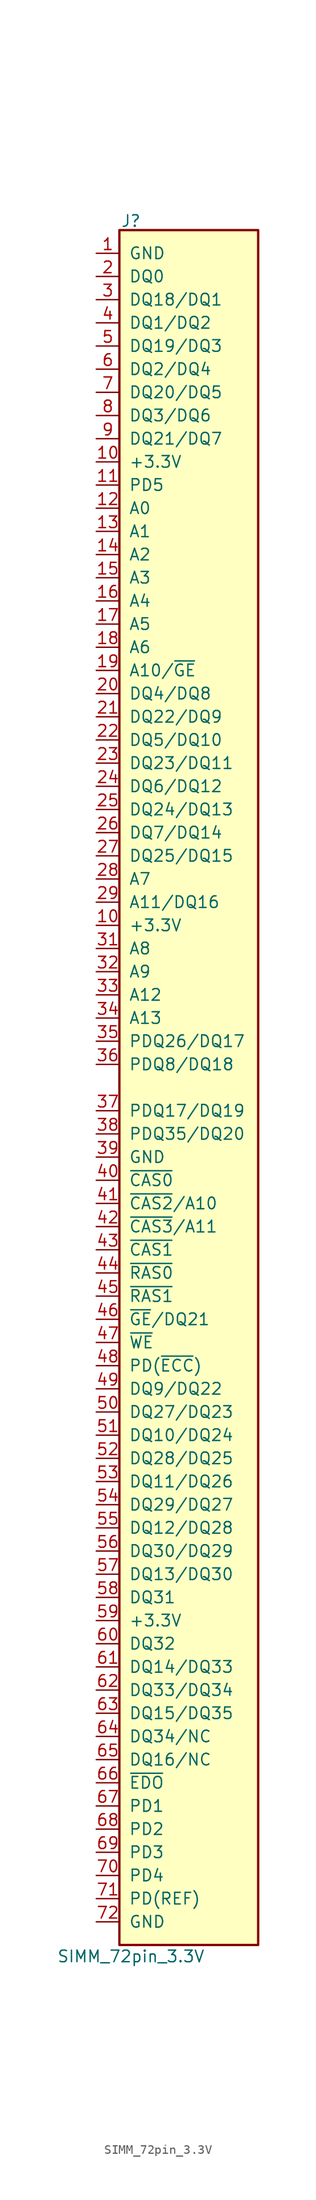
<source format=kicad_sym>
(kicad_symbol_lib
  (version 20231120)
  (generator "kicad_symbol_editor")
  (generator_version "8.0")
  (symbol "SIMM_72pin_3.3V"
    (pin_names
      (offset 1.016))
    (property "Reference" "J"
      (at 0 94.234 0)
      (effects (font (size 1.27 1.27)) (justify bottom)))
    (property "Value" "SIMM_72pin_3.3V"
      (at 0 -94.488 0)
      (effects (font (size 1.27 1.27)) (justify top)))
    (symbol "SIMM_72pin_3.3V_1_1"
      (rectangle (start -1.27 93.98) (end 13.97 -93.98) (stroke (width 0.254) (type default)) (fill (type background)))
      (pin power_in line (at -3.81 91.44 0) (length 2.54) (name "GND" (effects (font (size 1.27 1.27)))) (number "1" (effects (font (size 1.27 1.27)))))
      (pin power_in line (at -3.81 17.78 0) (length 2.54) (name "+3.3V" (effects (font (size 1.27 1.27)))) (number "10" (effects (font (size 1.27 1.27)))))
      (pin power_in line (at -3.81 68.58 0) (length 2.54) (name "+3.3V" (effects (font (size 1.27 1.27)))) (number "10" (effects (font (size 1.27 1.27)))))
      (pin passive line (at -3.81 66.04 0) (length 2.54) (name "PD5" (effects (font (size 1.27 1.27)))) (number "11" (effects (font (size 1.27 1.27)))))
      (pin input line (at -3.81 63.5 0) (length 2.54) (name "A0" (effects (font (size 1.27 1.27)))) (number "12" (effects (font (size 1.27 1.27)))))
      (pin input line (at -3.81 60.96 0) (length 2.54) (name "A1" (effects (font (size 1.27 1.27)))) (number "13" (effects (font (size 1.27 1.27)))))
      (pin input line (at -3.81 58.42 0) (length 2.54) (name "A2" (effects (font (size 1.27 1.27)))) (number "14" (effects (font (size 1.27 1.27)))))
      (pin input line (at -3.81 55.88 0) (length 2.54) (name "A3" (effects (font (size 1.27 1.27)))) (number "15" (effects (font (size 1.27 1.27)))))
      (pin input line (at -3.81 53.34 0) (length 2.54) (name "A4" (effects (font (size 1.27 1.27)))) (number "16" (effects (font (size 1.27 1.27)))))
      (pin input line (at -3.81 50.8 0) (length 2.54) (name "A5" (effects (font (size 1.27 1.27)))) (number "17" (effects (font (size 1.27 1.27)))))
      (pin input line (at -3.81 48.26 0) (length 2.54) (name "A6" (effects (font (size 1.27 1.27)))) (number "18" (effects (font (size 1.27 1.27)))))
      (pin input line (at -3.81 45.72 0) (length 2.54) (name "A10/~{GE}" (effects (font (size 1.27 1.27)))) (number "19" (effects (font (size 1.27 1.27)))))
      (pin bidirectional line (at -3.81 88.9 0) (length 2.54) (name "DQ0" (effects (font (size 1.27 1.27)))) (number "2" (effects (font (size 1.27 1.27)))))
      (pin bidirectional line (at -3.81 43.18 0) (length 2.54) (name "DQ4/DQ8" (effects (font (size 1.27 1.27)))) (number "20" (effects (font (size 1.27 1.27)))))
      (pin bidirectional line (at -3.81 40.64 0) (length 2.54) (name "DQ22/DQ9" (effects (font (size 1.27 1.27)))) (number "21" (effects (font (size 1.27 1.27)))))
      (pin bidirectional line (at -3.81 38.1 0) (length 2.54) (name "DQ5/DQ10" (effects (font (size 1.27 1.27)))) (number "22" (effects (font (size 1.27 1.27)))))
      (pin bidirectional line (at -3.81 35.56 0) (length 2.54) (name "DQ23/DQ11" (effects (font (size 1.27 1.27)))) (number "23" (effects (font (size 1.27 1.27)))))
      (pin bidirectional line (at -3.81 33.02 0) (length 2.54) (name "DQ6/DQ12" (effects (font (size 1.27 1.27)))) (number "24" (effects (font (size 1.27 1.27)))))
      (pin bidirectional line (at -3.81 30.48 0) (length 2.54) (name "DQ24/DQ13" (effects (font (size 1.27 1.27)))) (number "25" (effects (font (size 1.27 1.27)))))
      (pin bidirectional line (at -3.81 27.94 0) (length 2.54) (name "DQ7/DQ14" (effects (font (size 1.27 1.27)))) (number "26" (effects (font (size 1.27 1.27)))))
      (pin bidirectional line (at -3.81 25.4 0) (length 2.54) (name "DQ25/DQ15" (effects (font (size 1.27 1.27)))) (number "27" (effects (font (size 1.27 1.27)))))
      (pin input line (at -3.81 22.86 0) (length 2.54) (name "A7" (effects (font (size 1.27 1.27)))) (number "28" (effects (font (size 1.27 1.27)))))
      (pin bidirectional line (at -3.81 20.32 0) (length 2.54) (name "A11/DQ16" (effects (font (size 1.27 1.27)))) (number "29" (effects (font (size 1.27 1.27)))))
      (pin bidirectional line (at -3.81 86.36 0) (length 2.54) (name "DQ18/DQ1" (effects (font (size 1.27 1.27)))) (number "3" (effects (font (size 1.27 1.27)))))
      (pin input line (at -3.81 15.24 0) (length 2.54) (name "A8" (effects (font (size 1.27 1.27)))) (number "31" (effects (font (size 1.27 1.27)))))
      (pin input line (at -3.81 12.7 0) (length 2.54) (name "A9" (effects (font (size 1.27 1.27)))) (number "32" (effects (font (size 1.27 1.27)))))
      (pin input line (at -3.81 10.16 0) (length 2.54) (name "A12" (effects (font (size 1.27 1.27)))) (number "33" (effects (font (size 1.27 1.27)))))
      (pin input line (at -3.81 7.62 0) (length 2.54) (name "A13" (effects (font (size 1.27 1.27)))) (number "34" (effects (font (size 1.27 1.27)))))
      (pin bidirectional line (at -3.81 5.08 0) (length 2.54) (name "PDQ26/DQ17" (effects (font (size 1.27 1.27)))) (number "35" (effects (font (size 1.27 1.27)))))
      (pin bidirectional line (at -3.81 2.54 0) (length 2.54) (name "PDQ8/DQ18" (effects (font (size 1.27 1.27)))) (number "36" (effects (font (size 1.27 1.27)))))
      (pin bidirectional line (at -3.81 -2.54 0) (length 2.54) (name "PDQ17/DQ19" (effects (font (size 1.27 1.27)))) (number "37" (effects (font (size 1.27 1.27)))))
      (pin bidirectional line (at -3.81 -5.08 0) (length 2.54) (name "PDQ35/DQ20" (effects (font (size 1.27 1.27)))) (number "38" (effects (font (size 1.27 1.27)))))
      (pin power_in line (at -3.81 -7.62 0) (length 2.54) (name "GND" (effects (font (size 1.27 1.27)))) (number "39" (effects (font (size 1.27 1.27)))))
      (pin bidirectional line (at -3.81 83.82 0) (length 2.54) (name "DQ1/DQ2" (effects (font (size 1.27 1.27)))) (number "4" (effects (font (size 1.27 1.27)))))
      (pin input line (at -3.81 -10.16 0) (length 2.54) (name "~{CAS0}" (effects (font (size 1.27 1.27)))) (number "40" (effects (font (size 1.27 1.27)))))
      (pin input line (at -3.81 -12.7 0) (length 2.54) (name "~{CAS2}/A10" (effects (font (size 1.27 1.27)))) (number "41" (effects (font (size 1.27 1.27)))))
      (pin input line (at -3.81 -15.24 0) (length 2.54) (name "~{CAS3}/A11" (effects (font (size 1.27 1.27)))) (number "42" (effects (font (size 1.27 1.27)))))
      (pin input line (at -3.81 -17.78 0) (length 2.54) (name "~{CAS1}" (effects (font (size 1.27 1.27)))) (number "43" (effects (font (size 1.27 1.27)))))
      (pin input line (at -3.81 -20.32 0) (length 2.54) (name "~{RAS0}" (effects (font (size 1.27 1.27)))) (number "44" (effects (font (size 1.27 1.27)))))
      (pin input line (at -3.81 -22.86 0) (length 2.54) (name "~{RAS1}" (effects (font (size 1.27 1.27)))) (number "45" (effects (font (size 1.27 1.27)))))
      (pin bidirectional line (at -3.81 -25.4 0) (length 2.54) (name "~{GE}/DQ21" (effects (font (size 1.27 1.27)))) (number "46" (effects (font (size 1.27 1.27)))))
      (pin input line (at -3.81 -27.94 0) (length 2.54) (name "~{WE}" (effects (font (size 1.27 1.27)))) (number "47" (effects (font (size 1.27 1.27)))))
      (pin passive line (at -3.81 -30.48 0) (length 2.54) (name "PD(~{ECC})" (effects (font (size 1.27 1.27)))) (number "48" (effects (font (size 1.27 1.27)))))
      (pin bidirectional line (at -3.81 -33.02 0) (length 2.54) (name "DQ9/DQ22" (effects (font (size 1.27 1.27)))) (number "49" (effects (font (size 1.27 1.27)))))
      (pin bidirectional line (at -3.81 81.28 0) (length 2.54) (name "DQ19/DQ3" (effects (font (size 1.27 1.27)))) (number "5" (effects (font (size 1.27 1.27)))))
      (pin bidirectional line (at -3.81 -35.56 0) (length 2.54) (name "DQ27/DQ23" (effects (font (size 1.27 1.27)))) (number "50" (effects (font (size 1.27 1.27)))))
      (pin bidirectional line (at -3.81 -38.1 0) (length 2.54) (name "DQ10/DQ24" (effects (font (size 1.27 1.27)))) (number "51" (effects (font (size 1.27 1.27)))))
      (pin bidirectional line (at -3.81 -40.64 0) (length 2.54) (name "DQ28/DQ25" (effects (font (size 1.27 1.27)))) (number "52" (effects (font (size 1.27 1.27)))))
      (pin bidirectional line (at -3.81 -43.18 0) (length 2.54) (name "DQ11/DQ26" (effects (font (size 1.27 1.27)))) (number "53" (effects (font (size 1.27 1.27)))))
      (pin bidirectional line (at -3.81 -45.72 0) (length 2.54) (name "DQ29/DQ27" (effects (font (size 1.27 1.27)))) (number "54" (effects (font (size 1.27 1.27)))))
      (pin bidirectional line (at -3.81 -48.26 0) (length 2.54) (name "DQ12/DQ28" (effects (font (size 1.27 1.27)))) (number "55" (effects (font (size 1.27 1.27)))))
      (pin bidirectional line (at -3.81 -50.8 0) (length 2.54) (name "DQ30/DQ29" (effects (font (size 1.27 1.27)))) (number "56" (effects (font (size 1.27 1.27)))))
      (pin bidirectional line (at -3.81 -53.34 0) (length 2.54) (name "DQ13/DQ30" (effects (font (size 1.27 1.27)))) (number "57" (effects (font (size 1.27 1.27)))))
      (pin bidirectional line (at -3.81 -55.88 0) (length 2.54) (name "DQ31" (effects (font (size 1.27 1.27)))) (number "58" (effects (font (size 1.27 1.27)))))
      (pin power_in line (at -3.81 -58.42 0) (length 2.54) (name "+3.3V" (effects (font (size 1.27 1.27)))) (number "59" (effects (font (size 1.27 1.27)))))
      (pin bidirectional line (at -3.81 78.74 0) (length 2.54) (name "DQ2/DQ4" (effects (font (size 1.27 1.27)))) (number "6" (effects (font (size 1.27 1.27)))))
      (pin bidirectional line (at -3.81 -60.96 0) (length 2.54) (name "DQ32" (effects (font (size 1.27 1.27)))) (number "60" (effects (font (size 1.27 1.27)))))
      (pin bidirectional line (at -3.81 -63.5 0) (length 2.54) (name "DQ14/DQ33" (effects (font (size 1.27 1.27)))) (number "61" (effects (font (size 1.27 1.27)))))
      (pin bidirectional line (at -3.81 -66.04 0) (length 2.54) (name "DQ33/DQ34" (effects (font (size 1.27 1.27)))) (number "62" (effects (font (size 1.27 1.27)))))
      (pin bidirectional line (at -3.81 -68.58 0) (length 2.54) (name "DQ15/DQ35" (effects (font (size 1.27 1.27)))) (number "63" (effects (font (size 1.27 1.27)))))
      (pin bidirectional line (at -3.81 -71.12 0) (length 2.54) (name "DQ34/NC" (effects (font (size 1.27 1.27)))) (number "64" (effects (font (size 1.27 1.27)))))
      (pin bidirectional line (at -3.81 -73.66 0) (length 2.54) (name "DQ16/NC" (effects (font (size 1.27 1.27)))) (number "65" (effects (font (size 1.27 1.27)))))
      (pin bidirectional line (at -3.81 -76.2 0) (length 2.54) (name "~{EDO}" (effects (font (size 1.27 1.27)))) (number "66" (effects (font (size 1.27 1.27)))))
      (pin passive line (at -3.81 -78.74 0) (length 2.54) (name "PD1" (effects (font (size 1.27 1.27)))) (number "67" (effects (font (size 1.27 1.27)))))
      (pin passive line (at -3.81 -81.28 0) (length 2.54) (name "PD2" (effects (font (size 1.27 1.27)))) (number "68" (effects (font (size 1.27 1.27)))))
      (pin passive line (at -3.81 -83.82 0) (length 2.54) (name "PD3" (effects (font (size 1.27 1.27)))) (number "69" (effects (font (size 1.27 1.27)))))
      (pin bidirectional line (at -3.81 76.2 0) (length 2.54) (name "DQ20/DQ5" (effects (font (size 1.27 1.27)))) (number "7" (effects (font (size 1.27 1.27)))))
      (pin passive line (at -3.81 -86.36 0) (length 2.54) (name "PD4" (effects (font (size 1.27 1.27)))) (number "70" (effects (font (size 1.27 1.27)))))
      (pin bidirectional line (at -3.81 -88.9 0) (length 2.54) (name "PD(REF)" (effects (font (size 1.27 1.27)))) (number "71" (effects (font (size 1.27 1.27)))))
      (pin power_in line (at -3.81 -91.44 0) (length 2.54) (name "GND" (effects (font (size 1.27 1.27)))) (number "72" (effects (font (size 1.27 1.27)))))
      (pin bidirectional line (at -3.81 73.66 0) (length 2.54) (name "DQ3/DQ6" (effects (font (size 1.27 1.27)))) (number "8" (effects (font (size 1.27 1.27)))))
      (pin bidirectional line (at -3.81 71.12 0) (length 2.54) (name "DQ21/DQ7" (effects (font (size 1.27 1.27)))) (number "9" (effects (font (size 1.27 1.27))))))))
</source>
